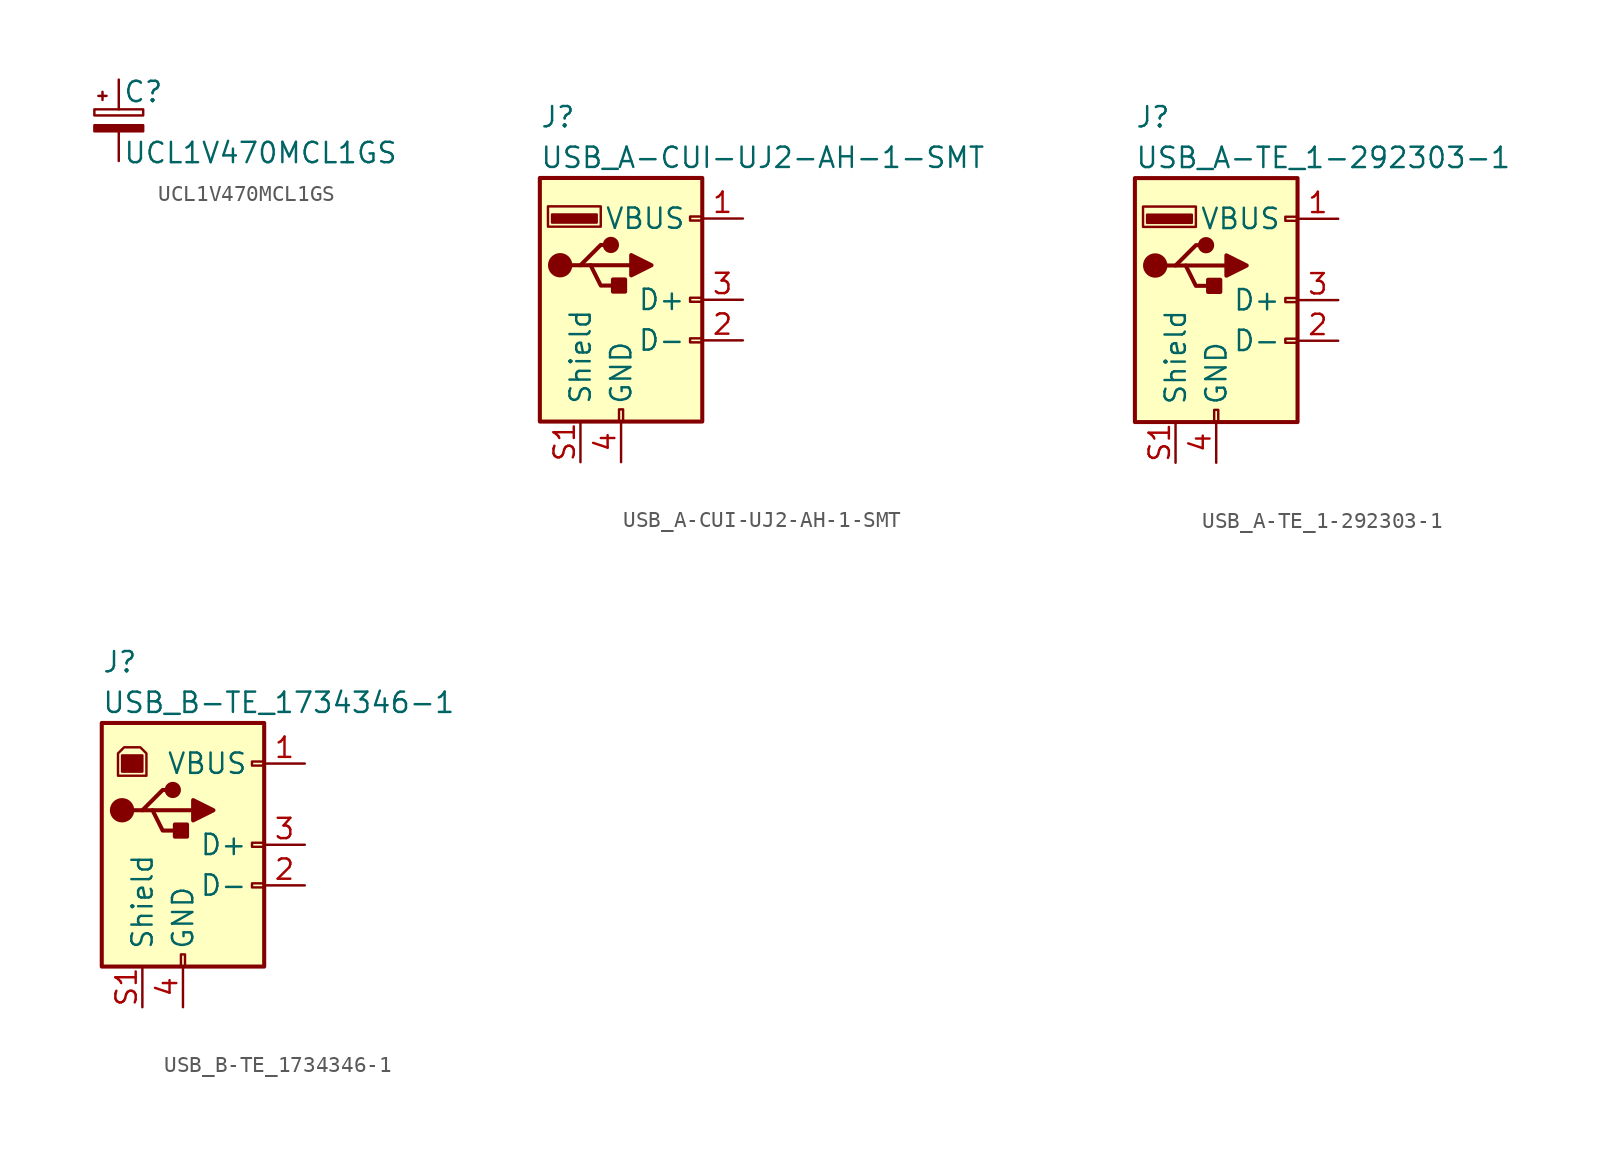
<source format=kicad_sym>
(kicad_symbol_lib
  (version 20211014)
  (generator kicad_symbol_editor)
  (symbol "UCL1V470MCL1GS"
    (pin_numbers hide)
    (pin_names
      (offset 0.254) hide)
    (property "Reference" "C"
      (at 0.254 1.778 0)
      (effects (font (size 1.27 1.27)) (justify left)))
    (property "Value" "UCL1V470MCL1GS"
      (at 0.254 -2.032 0)
      (effects (font (size 1.27 1.27)) (justify left)))
    (symbol "UCL1V470MCL1GS_0_1"
      (rectangle (start -1.524 -0.305) (end 1.524 -0.686) (stroke (width 0) (type default) (color 0 0 0 0)) (fill (type outline)))
      (rectangle (start -1.524 0.686) (end 1.524 0.305) (stroke (width 0) (type default) (color 0 0 0 0)) (fill (type none)))
      (polyline (pts (xy -1.27 1.524) (xy -0.762 1.524)) (stroke (width 0) (type default) (color 0 0 0 0)) (fill (type none)))
      (polyline (pts (xy -1.016 1.27) (xy -1.016 1.778)) (stroke (width 0) (type default) (color 0 0 0 0)) (fill (type none))))
    (symbol "UCL1V470MCL1GS_1_1"
      (pin passive line (at 0 2.54 270) (length 1.854) (name "~" (effects (font (size 1.27 1.27)))) (number "1" (effects (font (size 1.27 1.27)))))
      (pin passive line (at 0 -2.54 90) (length 1.854) (name "~" (effects (font (size 1.27 1.27)))) (number "2" (effects (font (size 1.27 1.27)))))))
  (symbol "USB_A-CUI-UJ2-AH-1-SMT"
    (pin_names
      (offset 1.016))
    (property "Reference" "J"
      (at -5.08 11.43 0)
      (effects (font (size 1.27 1.27)) (justify left)))
    (property "Value" "USB_A-CUI-UJ2-AH-1-SMT"
      (at -5.08 8.89 0)
      (effects (font (size 1.27 1.27)) (justify left)))
    (symbol "USB_A-CUI-UJ2-AH-1-SMT_0_1"
      (rectangle (start -5.08 -7.62) (end 5.08 7.62) (stroke (width 0.254) (type default) (color 0 0 0 0)) (fill (type background)))
      (circle (center -3.81 2.159) (radius 0.635) (stroke (width 0.254) (type default) (color 0 0 0 0)) (fill (type outline)))
      (rectangle (start -1.524 4.826) (end -4.318 5.334) (stroke (width 0) (type default) (color 0 0 0 0)) (fill (type outline)))
      (rectangle (start -1.27 4.572) (end -4.572 5.842) (stroke (width 0) (type default) (color 0 0 0 0)) (fill (type none)))
      (circle (center -0.635 3.429) (radius 0.381) (stroke (width 0.254) (type default) (color 0 0 0 0)) (fill (type outline)))
      (rectangle (start -0.127 -7.62) (end 0.127 -6.858) (stroke (width 0) (type default) (color 0 0 0 0)) (fill (type none)))
      (polyline (pts (xy -3.175 2.159) (xy -2.54 2.159) (xy -1.27 3.429) (xy -0.635 3.429)) (stroke (width 0.254) (type default) (color 0 0 0 0)) (fill (type none)))
      (polyline (pts (xy -2.54 2.159) (xy -1.905 2.159) (xy -1.27 0.889) (xy 0 0.889)) (stroke (width 0.254) (type default) (color 0 0 0 0)) (fill (type none)))
      (polyline (pts (xy 0.635 2.794) (xy 0.635 1.524) (xy 1.905 2.159) (xy 0.635 2.794)) (stroke (width 0.254) (type default) (color 0 0 0 0)) (fill (type outline)))
      (rectangle (start 0.254 1.27) (end -0.508 0.508) (stroke (width 0.254) (type default) (color 0 0 0 0)) (fill (type outline)))
      (rectangle (start 5.08 -2.667) (end 4.318 -2.413) (stroke (width 0) (type default) (color 0 0 0 0)) (fill (type none)))
      (rectangle (start 5.08 -0.127) (end 4.318 0.127) (stroke (width 0) (type default) (color 0 0 0 0)) (fill (type none)))
      (rectangle (start 5.08 4.953) (end 4.318 5.207) (stroke (width 0) (type default) (color 0 0 0 0)) (fill (type none))))
    (symbol "USB_A-CUI-UJ2-AH-1-SMT_1_1"
      (polyline (pts (xy -1.905 2.159) (xy 0.635 2.159)) (stroke (width 0.254) (type default) (color 0 0 0 0)) (fill (type none)))
      (pin power_in line (at 7.62 5.08 180) (length 2.54) (name "VBUS" (effects (font (size 1.27 1.27)))) (number "1" (effects (font (size 1.27 1.27)))))
      (pin passive line (at 7.62 -2.54 180) (length 2.54) (name "D-" (effects (font (size 1.27 1.27)))) (number "2" (effects (font (size 1.27 1.27)))))
      (pin passive line (at 7.62 0 180) (length 2.54) (name "D+" (effects (font (size 1.27 1.27)))) (number "3" (effects (font (size 1.27 1.27)))))
      (pin power_in line (at 0 -10.16 90) (length 2.54) (name "GND" (effects (font (size 1.27 1.27)))) (number "4" (effects (font (size 1.27 1.27)))))
      (pin passive line (at -2.54 -10.16 90) (length 2.54) (name "Shield" (effects (font (size 1.27 1.27)))) (number "S1" (effects (font (size 1.27 1.27)))))
      (pin passive line (at -2.54 -10.16 90) (length 2.54) hide (name "Shield" (effects (font (size 1.27 1.27)))) (number "S2" (effects (font (size 1.27 1.27)))))))
  (symbol "USB_A-TE_1-292303-1"
    (pin_names
      (offset 1.016))
    (property "Reference" "J"
      (at -5.08 11.43 0)
      (effects (font (size 1.27 1.27)) (justify left)))
    (property "Value" "USB_A-TE_1-292303-1"
      (at -5.08 8.89 0)
      (effects (font (size 1.27 1.27)) (justify left)))
    (symbol "USB_A-TE_1-292303-1_0_1"
      (rectangle (start -5.08 -7.62) (end 5.08 7.62) (stroke (width 0.254) (type default) (color 0 0 0 0)) (fill (type background)))
      (circle (center -3.81 2.159) (radius 0.635) (stroke (width 0.254) (type default) (color 0 0 0 0)) (fill (type outline)))
      (rectangle (start -1.524 4.826) (end -4.318 5.334) (stroke (width 0) (type default) (color 0 0 0 0)) (fill (type outline)))
      (rectangle (start -1.27 4.572) (end -4.572 5.842) (stroke (width 0) (type default) (color 0 0 0 0)) (fill (type none)))
      (circle (center -0.635 3.429) (radius 0.381) (stroke (width 0.254) (type default) (color 0 0 0 0)) (fill (type outline)))
      (rectangle (start -0.127 -7.62) (end 0.127 -6.858) (stroke (width 0) (type default) (color 0 0 0 0)) (fill (type none)))
      (polyline (pts (xy -3.175 2.159) (xy -2.54 2.159) (xy -1.27 3.429) (xy -0.635 3.429)) (stroke (width 0.254) (type default) (color 0 0 0 0)) (fill (type none)))
      (polyline (pts (xy -2.54 2.159) (xy -1.905 2.159) (xy -1.27 0.889) (xy 0 0.889)) (stroke (width 0.254) (type default) (color 0 0 0 0)) (fill (type none)))
      (polyline (pts (xy 0.635 2.794) (xy 0.635 1.524) (xy 1.905 2.159) (xy 0.635 2.794)) (stroke (width 0.254) (type default) (color 0 0 0 0)) (fill (type outline)))
      (rectangle (start 0.254 1.27) (end -0.508 0.508) (stroke (width 0.254) (type default) (color 0 0 0 0)) (fill (type outline)))
      (rectangle (start 5.08 -2.667) (end 4.318 -2.413) (stroke (width 0) (type default) (color 0 0 0 0)) (fill (type none)))
      (rectangle (start 5.08 -0.127) (end 4.318 0.127) (stroke (width 0) (type default) (color 0 0 0 0)) (fill (type none)))
      (rectangle (start 5.08 4.953) (end 4.318 5.207) (stroke (width 0) (type default) (color 0 0 0 0)) (fill (type none))))
    (symbol "USB_A-TE_1-292303-1_1_1"
      (polyline (pts (xy -1.905 2.159) (xy 0.635 2.159)) (stroke (width 0.254) (type default) (color 0 0 0 0)) (fill (type none)))
      (pin power_in line (at 7.62 5.08 180) (length 2.54) (name "VBUS" (effects (font (size 1.27 1.27)))) (number "1" (effects (font (size 1.27 1.27)))))
      (pin passive line (at 7.62 -2.54 180) (length 2.54) (name "D-" (effects (font (size 1.27 1.27)))) (number "2" (effects (font (size 1.27 1.27)))))
      (pin passive line (at 7.62 0 180) (length 2.54) (name "D+" (effects (font (size 1.27 1.27)))) (number "3" (effects (font (size 1.27 1.27)))))
      (pin power_in line (at 0 -10.16 90) (length 2.54) (name "GND" (effects (font (size 1.27 1.27)))) (number "4" (effects (font (size 1.27 1.27)))))
      (pin passive line (at -2.54 -10.16 90) (length 2.54) (name "Shield" (effects (font (size 1.27 1.27)))) (number "S1" (effects (font (size 1.27 1.27)))))
      (pin passive line (at -2.54 -10.16 90) (length 2.54) hide (name "Shield" (effects (font (size 1.27 1.27)))) (number "S2" (effects (font (size 1.27 1.27)))))))
  (symbol "USB_B-TE_1734346-1"
    (pin_names
      (offset 1.016))
    (property "Reference" "J"
      (at -5.08 11.43 0)
      (effects (font (size 1.27 1.27)) (justify left)))
    (property "Value" "USB_B-TE_1734346-1"
      (at -5.08 8.89 0)
      (effects (font (size 1.27 1.27)) (justify left)))
    (symbol "USB_B-TE_1734346-1_0_1"
      (rectangle (start -5.08 -7.62) (end 5.08 7.62) (stroke (width 0.254) (type default) (color 0 0 0 0)) (fill (type background)))
      (circle (center -3.81 2.159) (radius 0.635) (stroke (width 0.254) (type default) (color 0 0 0 0)) (fill (type outline)))
      (rectangle (start -3.81 5.588) (end -2.54 4.572) (stroke (width 0) (type default) (color 0 0 0 0)) (fill (type outline)))
      (circle (center -0.635 3.429) (radius 0.381) (stroke (width 0.254) (type default) (color 0 0 0 0)) (fill (type outline)))
      (rectangle (start -0.127 -7.62) (end 0.127 -6.858) (stroke (width 0) (type default) (color 0 0 0 0)) (fill (type none)))
      (polyline (pts (xy -1.905 2.159) (xy 0.635 2.159)) (stroke (width 0.254) (type default) (color 0 0 0 0)) (fill (type none)))
      (polyline (pts (xy -3.175 2.159) (xy -2.54 2.159) (xy -1.27 3.429) (xy -0.635 3.429)) (stroke (width 0.254) (type default) (color 0 0 0 0)) (fill (type none)))
      (polyline (pts (xy -2.54 2.159) (xy -1.905 2.159) (xy -1.27 0.889) (xy 0 0.889)) (stroke (width 0.254) (type default) (color 0 0 0 0)) (fill (type none)))
      (polyline (pts (xy 0.635 2.794) (xy 0.635 1.524) (xy 1.905 2.159) (xy 0.635 2.794)) (stroke (width 0.254) (type default) (color 0 0 0 0)) (fill (type outline)))
      (polyline (pts (xy -4.064 4.318) (xy -2.286 4.318) (xy -2.286 5.715) (xy -2.667 6.096) (xy -3.683 6.096) (xy -4.064 5.715) (xy -4.064 4.318)) (stroke (width 0) (type default) (color 0 0 0 0)) (fill (type none)))
      (rectangle (start 0.254 1.27) (end -0.508 0.508) (stroke (width 0.254) (type default) (color 0 0 0 0)) (fill (type outline)))
      (rectangle (start 5.08 -2.667) (end 4.318 -2.413) (stroke (width 0) (type default) (color 0 0 0 0)) (fill (type none)))
      (rectangle (start 5.08 -0.127) (end 4.318 0.127) (stroke (width 0) (type default) (color 0 0 0 0)) (fill (type none)))
      (rectangle (start 5.08 4.953) (end 4.318 5.207) (stroke (width 0) (type default) (color 0 0 0 0)) (fill (type none))))
    (symbol "USB_B-TE_1734346-1_1_1"
      (pin no_connect line (at 5.08 -7.62 180) (length 0) hide (name "guidepins" (effects (font (size 1.27 1.27)))) (number "0" (effects (font (size 1.27 1.27)))))
      (pin power_out line (at 7.62 5.08 180) (length 2.54) (name "VBUS" (effects (font (size 1.27 1.27)))) (number "1" (effects (font (size 1.27 1.27)))))
      (pin passive line (at 7.62 -2.54 180) (length 2.54) (name "D-" (effects (font (size 1.27 1.27)))) (number "2" (effects (font (size 1.27 1.27)))))
      (pin passive line (at 7.62 0 180) (length 2.54) (name "D+" (effects (font (size 1.27 1.27)))) (number "3" (effects (font (size 1.27 1.27)))))
      (pin power_out line (at 0 -10.16 90) (length 2.54) (name "GND" (effects (font (size 1.27 1.27)))) (number "4" (effects (font (size 1.27 1.27)))))
      (pin passive line (at -2.54 -10.16 90) (length 2.54) (name "Shield" (effects (font (size 1.27 1.27)))) (number "S1" (effects (font (size 1.27 1.27)))))
      (pin passive line (at -2.54 -10.16 90) (length 2.54) hide (name "Shield" (effects (font (size 1.27 1.27)))) (number "S2" (effects (font (size 1.27 1.27))))))))
</source>
